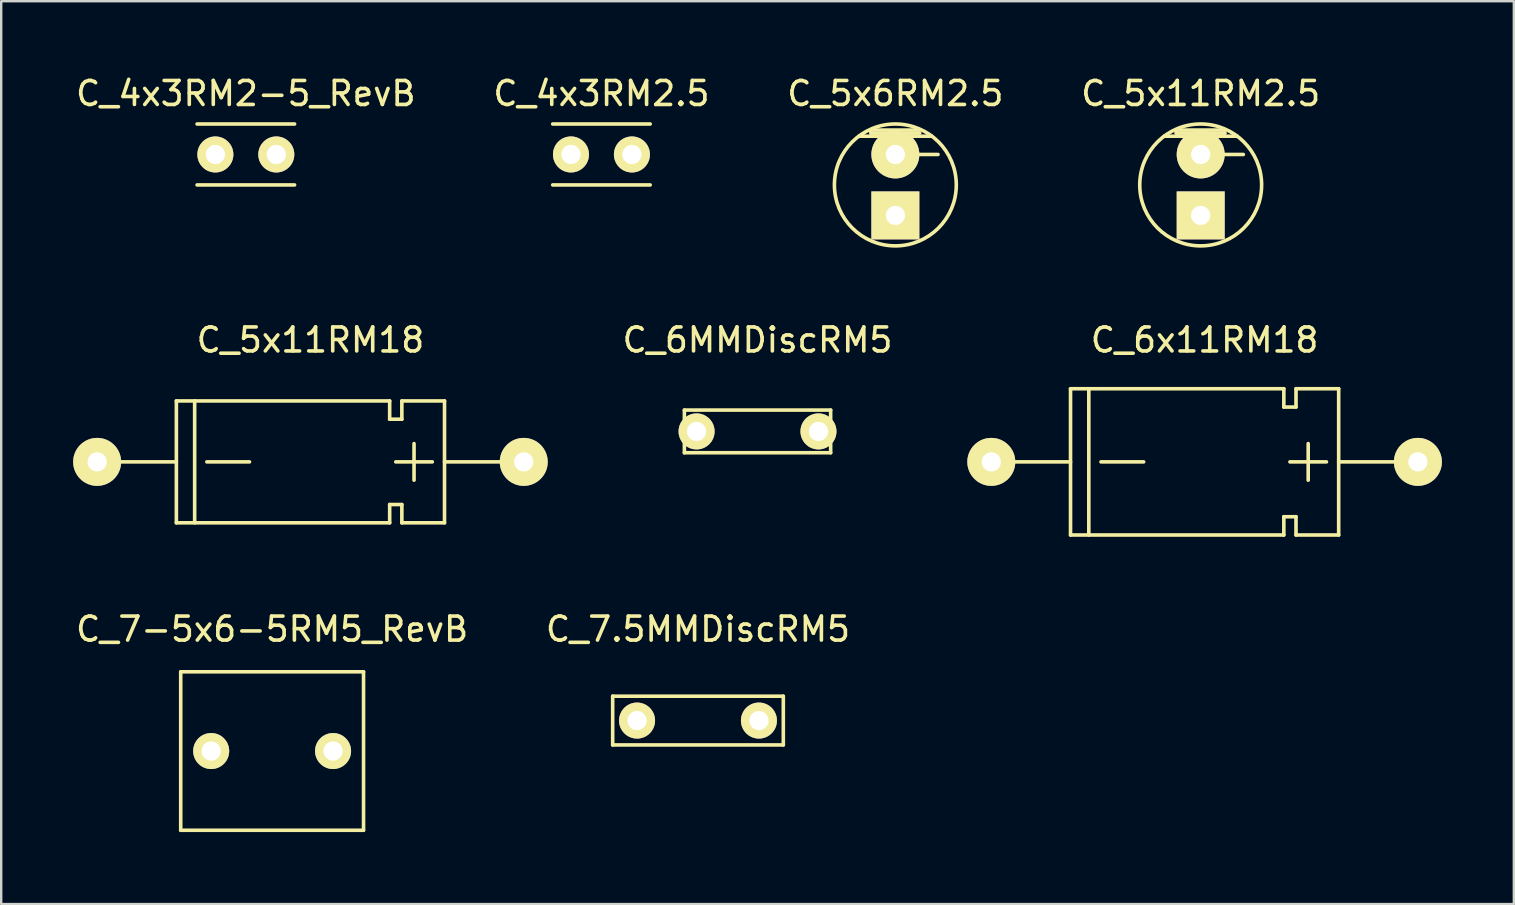
<source format=kicad_pcb>
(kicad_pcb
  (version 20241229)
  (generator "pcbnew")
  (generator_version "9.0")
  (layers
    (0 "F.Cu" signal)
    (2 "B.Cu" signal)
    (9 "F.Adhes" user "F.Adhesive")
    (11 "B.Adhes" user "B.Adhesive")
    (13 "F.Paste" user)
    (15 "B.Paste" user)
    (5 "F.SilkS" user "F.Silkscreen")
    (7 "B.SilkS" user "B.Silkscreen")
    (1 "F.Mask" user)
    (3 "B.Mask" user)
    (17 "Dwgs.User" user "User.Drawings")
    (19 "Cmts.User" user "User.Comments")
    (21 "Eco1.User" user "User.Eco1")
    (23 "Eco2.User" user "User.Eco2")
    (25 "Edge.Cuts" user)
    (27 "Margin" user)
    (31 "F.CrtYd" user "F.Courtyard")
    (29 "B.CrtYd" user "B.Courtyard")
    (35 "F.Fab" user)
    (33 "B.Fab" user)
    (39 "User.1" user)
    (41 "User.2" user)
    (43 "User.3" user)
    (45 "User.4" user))
  (footprint "C_5x11RM2.5"
    (layer "F.Cu")
    (at 46.994 4.658)
    (property "Reference" "C_5x11RM2.5" (at 0 -3.81 0) (layer "F.SilkS") (effects (font (size 1 1) (thickness 0.15))))
    (attr through_hole)
    (fp_line (start -1.524 -2.032) (end 1.524 -2.032) (stroke (width 0.15) (type solid)) (layer "F.SilkS"))
    (fp_line (start -1.016 -2.286) (end -1.016 -2.159) (stroke (width 0.15) (type solid)) (layer "F.SilkS"))
    (fp_line (start -1.016 -2.159) (end 1.016 -2.159) (stroke (width 0.15) (type solid)) (layer "F.SilkS"))
    (fp_line (start 0.889 -1.27) (end 1.778 -1.27) (stroke (width 0.15) (type solid)) (layer "F.SilkS"))
    (fp_line (start 1.016 -2.286) (end -1.016 -2.286) (stroke (width 0.15) (type solid)) (layer "F.SilkS"))
    (fp_circle (center 0 0) (end -2.54 0) (stroke (width 0.15) (type solid)) (fill no) (layer "F.SilkS"))
    (pad "1" thru_hole rect (at 0 1.27) (size 1.999 1.999) (drill 0.8) (layers "*.Cu" "*.Mask" "F.SilkS"))
    (pad "2" thru_hole circle (at 0 -1.27) (size 1.999 1.999) (drill 0.8) (layers "*.Cu" "*.Mask" "F.SilkS")))
  (footprint "C_6MMDiscRM5"
    (layer "F.Cu")
    (at 28.523 14.931)
    (property "Reference" "C_6MMDiscRM5" (at 0 -3.81 0) (layer "F.SilkS") (effects (font (size 1 1) (thickness 0.15))))
    (attr through_hole)
    (fp_line (start -3.048 -0.889) (end -3.048 0.889) (stroke (width 0.15) (type solid)) (layer "F.SilkS"))
    (fp_line (start -3.048 0.889) (end 3.048 0.889) (stroke (width 0.15) (type solid)) (layer "F.SilkS"))
    (fp_line (start 3.048 -0.889) (end -3.048 -0.889) (stroke (width 0.15) (type solid)) (layer "F.SilkS"))
    (fp_line (start 3.048 0.889) (end 3.048 -0.889) (stroke (width 0.15) (type solid)) (layer "F.SilkS"))
    (pad "1" thru_hole circle (at -2.54 0) (size 1.501 1.501) (drill 0.8) (layers "*.Cu" "*.Mask" "F.SilkS"))
    (pad "2" thru_hole circle (at 2.54 0) (size 1.501 1.501) (drill 0.8) (layers "*.Cu" "*.Mask" "F.SilkS")))
  (footprint "C_7-5x6-5RM5_RevB"
    (layer "F.Cu")
    (at 8.292 28.253)
    (property "Reference" "C_7-5x6-5RM5_RevB" (at 0 -5.08 0) (layer "F.SilkS") (effects (font (size 1 1) (thickness 0.15))))
    (attr through_hole)
    (fp_line (start -3.81 -3.302) (end -3.81 3.302) (stroke (width 0.15) (type solid)) (layer "F.SilkS"))
    (fp_line (start -3.81 3.302) (end 3.81 3.302) (stroke (width 0.15) (type solid)) (layer "F.SilkS"))
    (fp_line (start 3.81 -3.302) (end -3.81 -3.302) (stroke (width 0.15) (type solid)) (layer "F.SilkS"))
    (fp_line (start 3.81 3.302) (end 3.81 -3.302) (stroke (width 0.15) (type solid)) (layer "F.SilkS"))
    (pad "1" thru_hole circle (at -2.54 0) (size 1.501 1.501) (drill 0.8) (layers "*.Cu" "*.Mask" "F.SilkS"))
    (pad "2" thru_hole circle (at 2.54 0) (size 1.501 1.501) (drill 0.8) (layers "*.Cu" "*.Mask" "F.SilkS")))
  (footprint "C_5x11RM18"
    (layer "F.Cu")
    (at 9.889 16.201)
    (property "Reference" "C_5x11RM18" (at 0 -5.08 0) (layer "F.SilkS") (effects (font (size 1 1) (thickness 0.15))))
    (attr through_hole)
    (fp_line (start -5.588 0) (end -8.89 0) (stroke (width 0.15) (type solid)) (layer "F.SilkS"))
    (fp_line (start -5.588 2.54) (end -5.588 -2.54) (stroke (width 0.15) (type solid)) (layer "F.SilkS"))
    (fp_line (start -4.826 -2.54) (end -4.826 2.54) (stroke (width 0.15) (type solid)) (layer "F.SilkS"))
    (fp_line (start -4.318 0) (end -2.54 0) (stroke (width 0.15) (type solid)) (layer "F.SilkS"))
    (fp_line (start 3.302 -2.54) (end -5.588 -2.54) (stroke (width 0.15) (type solid)) (layer "F.SilkS"))
    (fp_line (start 3.302 -2.54) (end 3.302 -1.778) (stroke (width 0.15) (type solid)) (layer "F.SilkS"))
    (fp_line (start 3.302 -1.778) (end 3.81 -1.778) (stroke (width 0.15) (type solid)) (layer "F.SilkS"))
    (fp_line (start 3.302 1.778) (end 3.302 2.54) (stroke (width 0.15) (type solid)) (layer "F.SilkS"))
    (fp_line (start 3.302 2.54) (end -5.588 2.54) (stroke (width 0.15) (type solid)) (layer "F.SilkS"))
    (fp_line (start 3.81 -2.54) (end 5.588 -2.54) (stroke (width 0.15) (type solid)) (layer "F.SilkS"))
    (fp_line (start 3.81 -1.778) (end 3.81 -2.54) (stroke (width 0.15) (type solid)) (layer "F.SilkS"))
    (fp_line (start 3.81 1.778) (end 3.302 1.778) (stroke (width 0.15) (type solid)) (layer "F.SilkS"))
    (fp_line (start 3.81 2.54) (end 3.81 1.778) (stroke (width 0.15) (type solid)) (layer "F.SilkS"))
    (fp_line (start 4.318 0.762) (end 4.318 -0.762) (stroke (width 0.15) (type solid)) (layer "F.SilkS"))
    (fp_line (start 5.08 0) (end 3.556 0) (stroke (width 0.15) (type solid)) (layer "F.SilkS"))
    (fp_line (start 5.588 -2.54) (end 5.588 2.54) (stroke (width 0.15) (type solid)) (layer "F.SilkS"))
    (fp_line (start 5.588 2.54) (end 3.81 2.54) (stroke (width 0.15) (type solid)) (layer "F.SilkS"))
    (fp_line (start 8.89 0) (end 5.588 0) (stroke (width 0.15) (type solid)) (layer "F.SilkS"))
    (pad "1" thru_hole circle (at 8.89 0) (size 1.999 1.999) (drill 0.8) (layers "*.Cu" "*.Mask" "F.SilkS"))
    (pad "2" thru_hole circle (at -8.89 0) (size 1.999 1.999) (drill 0.8) (layers "*.Cu" "*.Mask" "F.SilkS")))
  (footprint "C_4x3RM2-5_RevB"
    (layer "F.Cu")
    (at 7.196 3.388)
    (property "Reference" "C_4x3RM2-5_RevB" (at 0 -2.54 0) (layer "F.SilkS") (effects (font (size 1 1) (thickness 0.15))))
    (attr through_hole)
    (fp_line (start -2.032 1.27) (end 2.032 1.27) (stroke (width 0.15) (type solid)) (layer "F.SilkS"))
    (fp_line (start 2.032 -1.27) (end -2.032 -1.27) (stroke (width 0.15) (type solid)) (layer "F.SilkS"))
    (pad "1" thru_hole circle (at -1.27 0) (size 1.501 1.501) (drill 0.8) (layers "*.Cu" "*.Mask" "F.SilkS"))
    (pad "2" thru_hole circle (at 1.27 0) (size 1.501 1.501) (drill 0.8) (layers "*.Cu" "*.Mask" "F.SilkS")))
  (footprint "C_6x11RM18"
    (layer "F.Cu")
    (at 47.157 16.201)
    (property "Reference" "C_6x11RM18" (at 0 -5.08 0) (layer "F.SilkS") (effects (font (size 1 1) (thickness 0.15))))
    (attr through_hole)
    (fp_line (start -5.588 -3.048) (end -5.588 3.048) (stroke (width 0.15) (type solid)) (layer "F.SilkS"))
    (fp_line (start -5.588 0) (end -8.89 0) (stroke (width 0.15) (type solid)) (layer "F.SilkS"))
    (fp_line (start -4.826 -3.048) (end -4.826 3.048) (stroke (width 0.15) (type solid)) (layer "F.SilkS"))
    (fp_line (start -4.318 0) (end -2.54 0) (stroke (width 0.15) (type solid)) (layer "F.SilkS"))
    (fp_line (start 3.302 -3.048) (end -5.588 -3.048) (stroke (width 0.15) (type solid)) (layer "F.SilkS"))
    (fp_line (start 3.302 -3.048) (end 3.302 -2.286) (stroke (width 0.15) (type solid)) (layer "F.SilkS"))
    (fp_line (start 3.302 -2.286) (end 3.81 -2.286) (stroke (width 0.15) (type solid)) (layer "F.SilkS"))
    (fp_line (start 3.302 2.286) (end 3.302 3.048) (stroke (width 0.15) (type solid)) (layer "F.SilkS"))
    (fp_line (start 3.302 3.048) (end -5.588 3.048) (stroke (width 0.15) (type solid)) (layer "F.SilkS"))
    (fp_line (start 3.81 -3.048) (end 5.588 -3.048) (stroke (width 0.15) (type solid)) (layer "F.SilkS"))
    (fp_line (start 3.81 -2.286) (end 3.81 -3.048) (stroke (width 0.15) (type solid)) (layer "F.SilkS"))
    (fp_line (start 3.81 2.286) (end 3.302 2.286) (stroke (width 0.15) (type solid)) (layer "F.SilkS"))
    (fp_line (start 3.81 3.048) (end 3.81 2.286) (stroke (width 0.15) (type solid)) (layer "F.SilkS"))
    (fp_line (start 4.318 0.762) (end 4.318 -0.762) (stroke (width 0.15) (type solid)) (layer "F.SilkS"))
    (fp_line (start 5.08 0) (end 3.556 0) (stroke (width 0.15) (type solid)) (layer "F.SilkS"))
    (fp_line (start 5.588 -3.048) (end 5.588 3.048) (stroke (width 0.15) (type solid)) (layer "F.SilkS"))
    (fp_line (start 5.588 3.048) (end 3.81 3.048) (stroke (width 0.15) (type solid)) (layer "F.SilkS"))
    (fp_line (start 8.89 0) (end 5.588 0) (stroke (width 0.15) (type solid)) (layer "F.SilkS"))
    (pad "1" thru_hole circle (at 8.89 0) (size 1.999 1.999) (drill 0.8) (layers "*.Cu" "*.Mask" "F.SilkS"))
    (pad "2" thru_hole circle (at -8.89 0) (size 1.999 1.999) (drill 0.8) (layers "*.Cu" "*.Mask" "F.SilkS")))
  (footprint "C_7.5MMDiscRM5"
    (layer "F.Cu")
    (at 26.042 26.983)
    (property "Reference" "C_7.5MMDiscRM5" (at 0 -3.81 0) (layer "F.SilkS") (effects (font (size 1 1) (thickness 0.15))))
    (attr through_hole)
    (fp_line (start -3.556 -1.016) (end -3.556 1.016) (stroke (width 0.15) (type solid)) (layer "F.SilkS"))
    (fp_line (start -3.556 1.016) (end 3.556 1.016) (stroke (width 0.15) (type solid)) (layer "F.SilkS"))
    (fp_line (start 3.556 -1.016) (end -3.556 -1.016) (stroke (width 0.15) (type solid)) (layer "F.SilkS"))
    (fp_line (start 3.556 1.016) (end 3.556 -1.016) (stroke (width 0.15) (type solid)) (layer "F.SilkS"))
    (pad "1" thru_hole circle (at -2.54 0) (size 1.501 1.501) (drill 0.8) (layers "*.Cu" "*.Mask" "F.SilkS"))
    (pad "2" thru_hole circle (at 2.54 0) (size 1.501 1.501) (drill 0.8) (layers "*.Cu" "*.Mask" "F.SilkS")))
  (footprint "C_5x6RM2.5"
    (layer "F.Cu")
    (at 34.268 4.658)
    (property "Reference" "C_5x6RM2.5" (at 0 -3.81 0) (layer "F.SilkS") (effects (font (size 1 1) (thickness 0.15))))
    (attr through_hole)
    (fp_line (start -1.524 -2.032) (end 1.524 -2.032) (stroke (width 0.15) (type solid)) (layer "F.SilkS"))
    (fp_line (start -1.016 -2.286) (end -1.016 -2.159) (stroke (width 0.15) (type solid)) (layer "F.SilkS"))
    (fp_line (start -1.016 -2.159) (end 1.016 -2.159) (stroke (width 0.15) (type solid)) (layer "F.SilkS"))
    (fp_line (start 0.889 -1.27) (end 1.778 -1.27) (stroke (width 0.15) (type solid)) (layer "F.SilkS"))
    (fp_line (start 1.016 -2.286) (end -1.016 -2.286) (stroke (width 0.15) (type solid)) (layer "F.SilkS"))
    (fp_circle (center 0 0) (end -2.54 0) (stroke (width 0.15) (type solid)) (fill no) (layer "F.SilkS"))
    (pad "1" thru_hole rect (at 0 1.27) (size 1.999 1.999) (drill 0.8) (layers "*.Cu" "*.Mask" "F.SilkS"))
    (pad "2" thru_hole circle (at 0 -1.27) (size 1.999 1.999) (drill 0.8) (layers "*.Cu" "*.Mask" "F.SilkS")))
  (footprint "C_4x3RM2.5"
    (layer "F.Cu")
    (at 20.748 3.388)
    (property "Reference" "C_4x3RM2.5" (at 1.27 -2.54 0) (layer "F.SilkS") (effects (font (size 1 1) (thickness 0.15))))
    (attr through_hole)
    (fp_line (start -0.762 1.27) (end 3.302 1.27) (stroke (width 0.15) (type solid)) (layer "F.SilkS"))
    (fp_line (start 3.302 -1.27) (end -0.762 -1.27) (stroke (width 0.15) (type solid)) (layer "F.SilkS"))
    (pad "1" thru_hole circle (at 0 0) (size 1.501 1.501) (drill 0.8) (layers "*.Cu" "*.Mask" "F.SilkS"))
    (pad "2" thru_hole circle (at 2.54 0) (size 1.501 1.501) (drill 0.8) (layers "*.Cu" "*.Mask" "F.SilkS")))
  (gr_rect
    (start -3 -3)
    (end 60.046 34.63)
    (stroke (width 0.1) (type default))
    (fill no)
    (layer "Edge.Cuts")))
</source>
